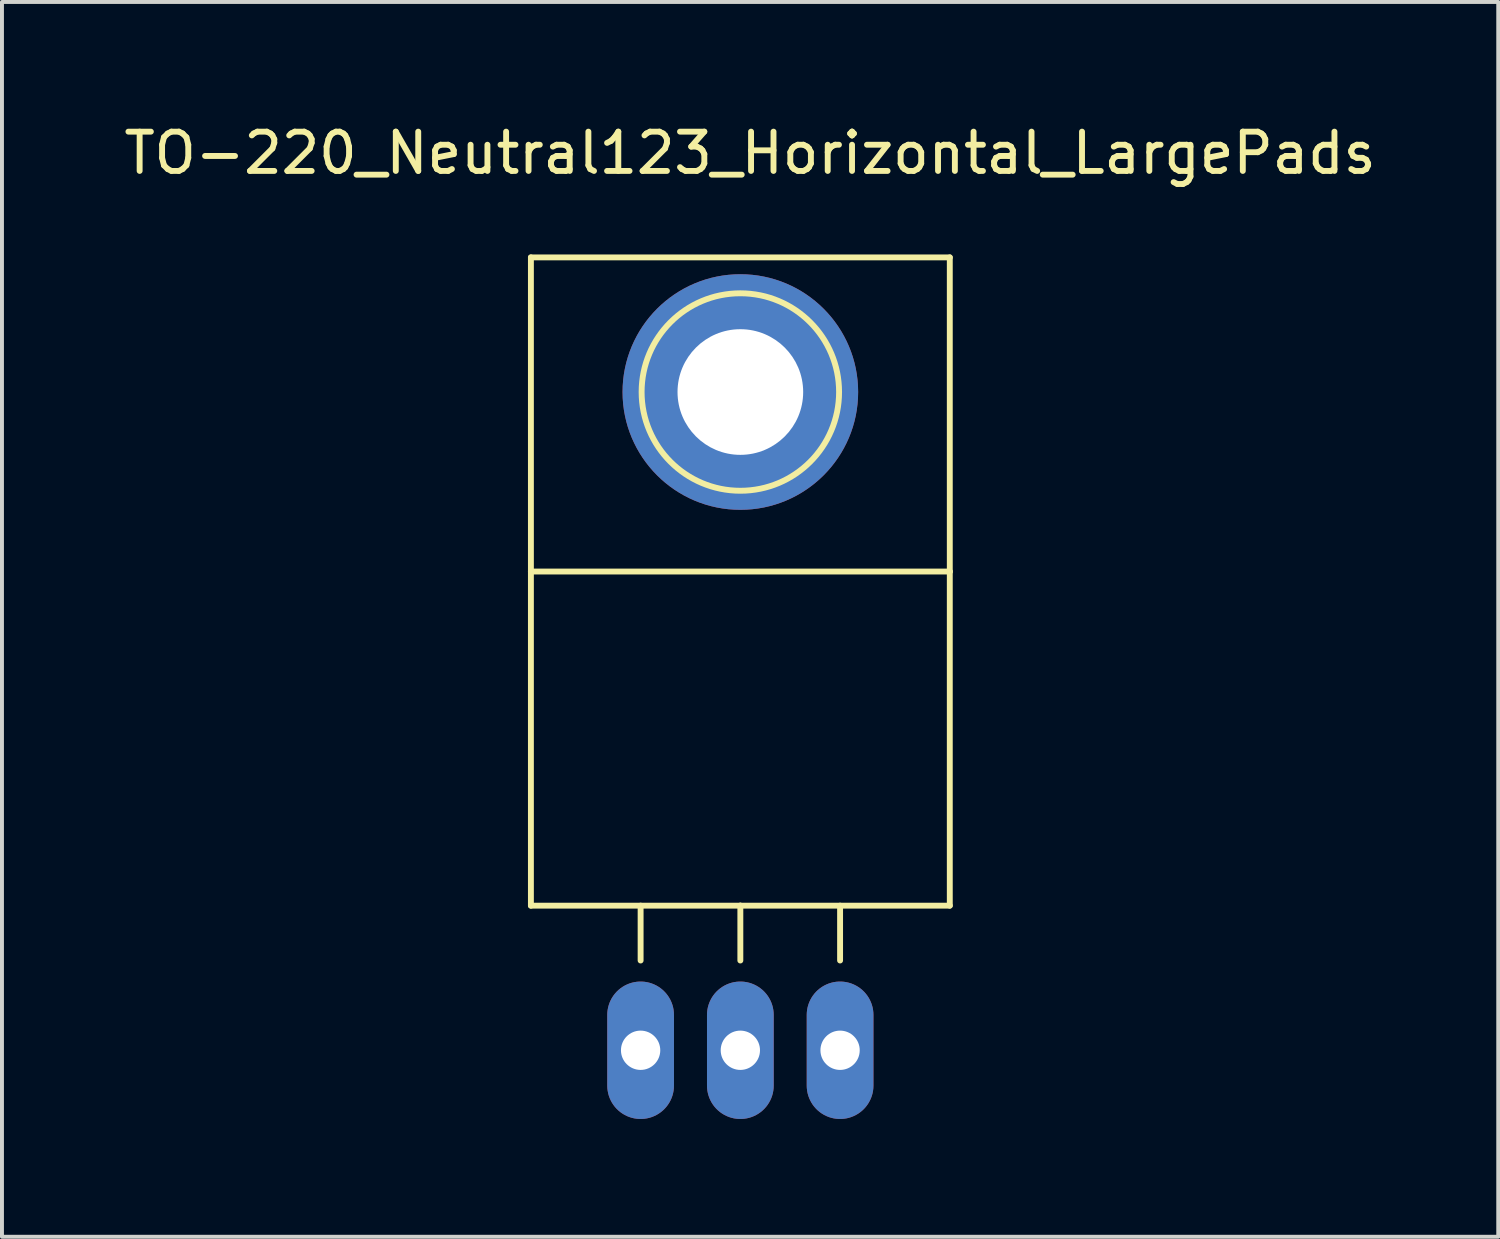
<source format=kicad_pcb>
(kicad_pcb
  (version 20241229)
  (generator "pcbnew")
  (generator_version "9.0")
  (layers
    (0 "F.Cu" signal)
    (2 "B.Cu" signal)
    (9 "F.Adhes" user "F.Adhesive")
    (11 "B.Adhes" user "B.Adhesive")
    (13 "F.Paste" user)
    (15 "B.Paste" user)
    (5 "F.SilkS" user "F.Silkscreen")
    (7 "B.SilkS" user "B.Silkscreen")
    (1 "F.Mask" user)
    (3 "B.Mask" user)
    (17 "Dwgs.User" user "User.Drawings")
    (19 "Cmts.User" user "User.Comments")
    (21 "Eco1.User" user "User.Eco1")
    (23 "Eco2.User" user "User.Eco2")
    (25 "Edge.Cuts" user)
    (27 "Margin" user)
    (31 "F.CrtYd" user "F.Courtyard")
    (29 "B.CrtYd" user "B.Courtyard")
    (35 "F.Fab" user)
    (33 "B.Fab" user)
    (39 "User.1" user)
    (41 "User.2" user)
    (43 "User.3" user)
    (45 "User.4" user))
  (footprint "TO-220_Neutral123_Horizontal_LargePads"
    (layer "F.Cu")
    (at 15.805 23.698)
    (property "Reference" "TO-220_Neutral123_Horizontal_LargePads" (at 0.249 -22.85 0) (layer "F.SilkS") (effects (font (size 1 1) (thickness 0.15))))
    (attr through_hole)
    (fp_line (start -5.334 -20.193) (end -5.334 -12.192) (stroke (width 0.15) (type solid)) (layer "F.SilkS"))
    (fp_line (start -5.334 -12.192) (end -5.334 -3.683) (stroke (width 0.15) (type solid)) (layer "F.SilkS"))
    (fp_line (start -2.54 -3.683) (end -2.54 -2.286) (stroke (width 0.15) (type solid)) (layer "F.SilkS"))
    (fp_line (start 0 -3.683) (end -5.334 -3.683) (stroke (width 0.15) (type solid)) (layer "F.SilkS"))
    (fp_line (start 0 -3.683) (end 0 -2.286) (stroke (width 0.15) (type solid)) (layer "F.SilkS"))
    (fp_line (start 0 -3.683) (end 5.334 -3.683) (stroke (width 0.15) (type solid)) (layer "F.SilkS"))
    (fp_line (start 2.54 -3.683) (end 2.54 -2.286) (stroke (width 0.15) (type solid)) (layer "F.SilkS"))
    (fp_line (start 5.334 -20.193) (end -5.334 -20.193) (stroke (width 0.15) (type solid)) (layer "F.SilkS"))
    (fp_line (start 5.334 -12.192) (end -5.334 -12.192) (stroke (width 0.15) (type solid)) (layer "F.SilkS"))
    (fp_line (start 5.334 -12.192) (end 5.334 -20.193) (stroke (width 0.15) (type solid)) (layer "F.SilkS"))
    (fp_line (start 5.334 -3.683) (end 5.334 -12.192) (stroke (width 0.15) (type solid)) (layer "F.SilkS"))
    (fp_circle (center 0 -16.764) (end 1.778 -14.986) (stroke (width 0.15) (type solid)) (fill no) (layer "F.SilkS"))
    (pad "1" thru_hole oval (at -2.54 0 90) (size 3.5 1.699) (drill 1.001) (layers "*.Cu" "*.Mask"))
    (pad "2" thru_hole circle (at 0 -16.764) (size 6 6) (drill 3.2) (layers "*.Cu" "*.Mask"))
    (pad "2" thru_hole oval (at 0 0 90) (size 3.5 1.699) (drill 1.001) (layers "*.Cu" "*.Mask"))
    (pad "3" thru_hole oval (at 2.54 0 90) (size 3.5 1.699) (drill 1.001) (layers "*.Cu" "*.Mask")))
  (gr_rect
    (start -3 -3)
    (end 35.107 28.448)
    (stroke (width 0.1) (type default))
    (fill no)
    (layer "Edge.Cuts")))
</source>
